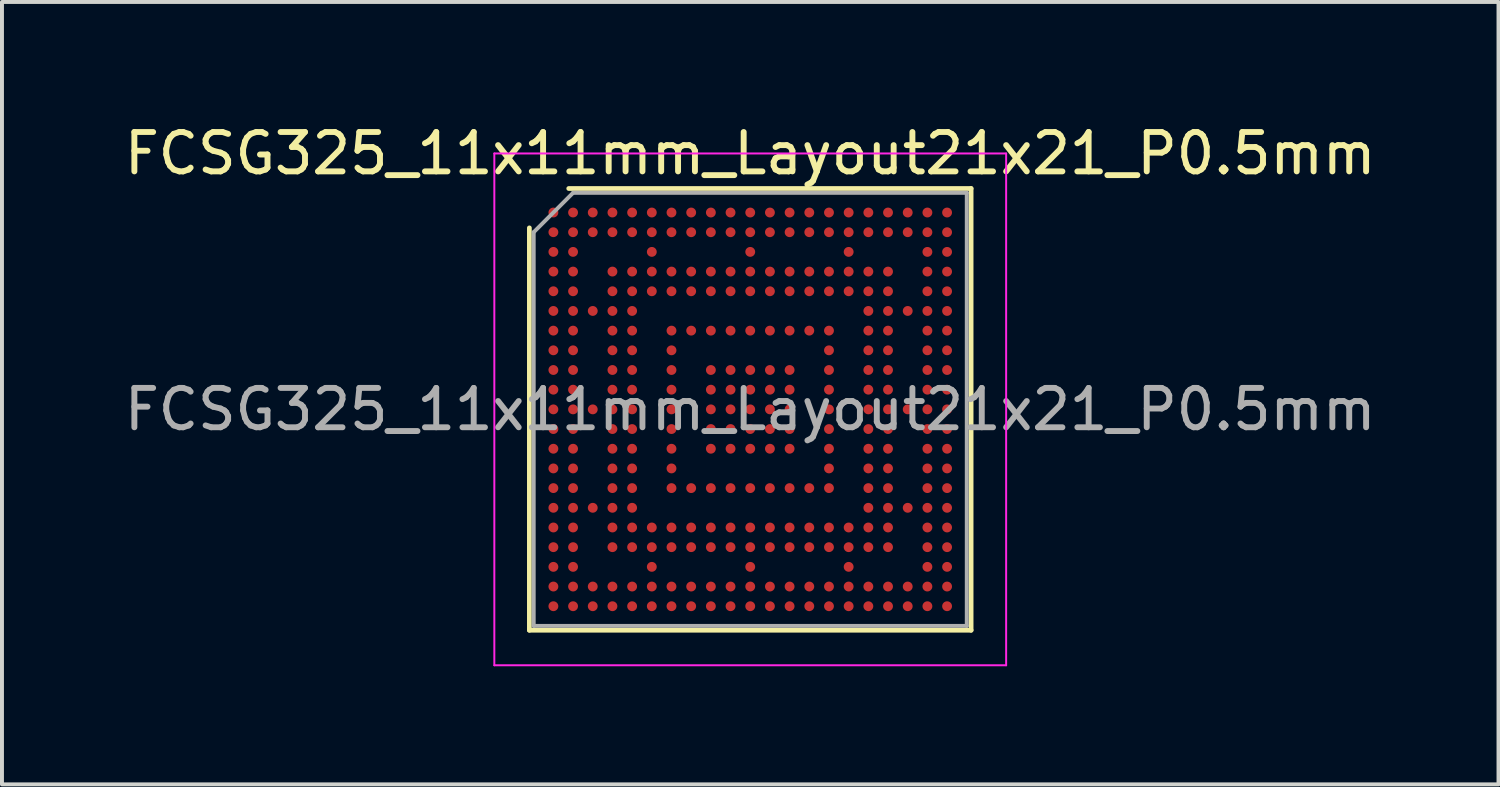
<source format=kicad_pcb>
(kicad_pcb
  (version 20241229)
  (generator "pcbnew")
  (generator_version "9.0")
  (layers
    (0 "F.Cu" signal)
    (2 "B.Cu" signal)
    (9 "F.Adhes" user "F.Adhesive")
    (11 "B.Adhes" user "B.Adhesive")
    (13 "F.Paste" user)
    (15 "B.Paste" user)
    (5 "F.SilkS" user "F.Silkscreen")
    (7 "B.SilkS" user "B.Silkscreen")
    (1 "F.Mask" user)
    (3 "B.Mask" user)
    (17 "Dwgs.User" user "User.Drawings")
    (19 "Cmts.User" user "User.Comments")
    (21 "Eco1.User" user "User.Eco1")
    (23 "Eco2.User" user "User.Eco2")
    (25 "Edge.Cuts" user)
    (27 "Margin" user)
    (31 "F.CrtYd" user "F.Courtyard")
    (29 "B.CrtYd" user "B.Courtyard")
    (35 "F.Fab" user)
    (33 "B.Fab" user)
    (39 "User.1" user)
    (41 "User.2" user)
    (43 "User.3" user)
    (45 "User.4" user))
  (footprint "FCSG325_11x11mm_Layout21x21_P0.5mm"
    (layer "F.Cu")
    (at 16.006 7.348)
    (property "Reference" "FCSG325_11x11mm_Layout21x21_P0.5mm" (at 0 -6.5 0) (layer "F.SilkS") (effects (font (size 1 1) (thickness 0.15))))
    (attr smd)
    (fp_line (start -5.61 5.61) (end -5.61 -4.61) (stroke (width 0.12) (type solid)) (layer "F.SilkS"))
    (fp_line (start -4.61 -5.61) (end 5.61 -5.61) (stroke (width 0.12) (type solid)) (layer "F.SilkS"))
    (fp_line (start 5.61 -5.61) (end 5.61 5.61) (stroke (width 0.12) (type solid)) (layer "F.SilkS"))
    (fp_line (start 5.61 5.61) (end -5.61 5.61) (stroke (width 0.12) (type solid)) (layer "F.SilkS"))
    (fp_line (start -6.5 -6.5) (end -6.5 6.5) (stroke (width 0.05) (type solid)) (layer "F.CrtYd"))
    (fp_line (start -6.5 6.5) (end 6.5 6.5) (stroke (width 0.05) (type solid)) (layer "F.CrtYd"))
    (fp_line (start 6.5 -6.5) (end -6.5 -6.5) (stroke (width 0.05) (type solid)) (layer "F.CrtYd"))
    (fp_line (start 6.5 6.5) (end 6.5 -6.5) (stroke (width 0.05) (type solid)) (layer "F.CrtYd"))
    (fp_line (start -5.5 -4.5) (end -4.5 -5.5) (stroke (width 0.1) (type solid)) (layer "F.Fab"))
    (fp_line (start -5.5 5.5) (end -5.5 -4.5) (stroke (width 0.1) (type solid)) (layer "F.Fab"))
    (fp_line (start -4.5 -5.5) (end 5.5 -5.5) (stroke (width 0.1) (type solid)) (layer "F.Fab"))
    (fp_line (start 5.5 -5.5) (end 5.5 5.5) (stroke (width 0.1) (type solid)) (layer "F.Fab"))
    (fp_line (start 5.5 5.5) (end -5.5 5.5) (stroke (width 0.1) (type solid)) (layer "F.Fab"))
    (fp_text user "${REFERENCE}" (at 0 0 0) (layer "F.Fab") (effects (font (size 1 1) (thickness 0.15))))
    (pad "A1" smd circle (at -5 -5) (size 0.25 0.25) (layers "F.Cu" "F.Mask" "F.Paste"))
    (pad "A2" smd circle (at -4.5 -5) (size 0.25 0.25) (layers "F.Cu" "F.Mask" "F.Paste"))
    (pad "A3" smd circle (at -4 -5) (size 0.25 0.25) (layers "F.Cu" "F.Mask" "F.Paste"))
    (pad "A4" smd circle (at -3.5 -5) (size 0.25 0.25) (layers "F.Cu" "F.Mask" "F.Paste"))
    (pad "A5" smd circle (at -3 -5) (size 0.25 0.25) (layers "F.Cu" "F.Mask" "F.Paste"))
    (pad "A6" smd circle (at -2.5 -5) (size 0.25 0.25) (layers "F.Cu" "F.Mask" "F.Paste"))
    (pad "A7" smd circle (at -2 -5) (size 0.25 0.25) (layers "F.Cu" "F.Mask" "F.Paste"))
    (pad "A8" smd circle (at -1.5 -5) (size 0.25 0.25) (layers "F.Cu" "F.Mask" "F.Paste"))
    (pad "A9" smd circle (at -1 -5) (size 0.25 0.25) (layers "F.Cu" "F.Mask" "F.Paste"))
    (pad "A10" smd circle (at -0.5 -5) (size 0.25 0.25) (layers "F.Cu" "F.Mask" "F.Paste"))
    (pad "A11" smd circle (at 0 -5) (size 0.25 0.25) (layers "F.Cu" "F.Mask" "F.Paste"))
    (pad "A12" smd circle (at 0.5 -5) (size 0.25 0.25) (layers "F.Cu" "F.Mask" "F.Paste"))
    (pad "A13" smd circle (at 1 -5) (size 0.25 0.25) (layers "F.Cu" "F.Mask" "F.Paste"))
    (pad "A14" smd circle (at 1.5 -5) (size 0.25 0.25) (layers "F.Cu" "F.Mask" "F.Paste"))
    (pad "A15" smd circle (at 2 -5) (size 0.25 0.25) (layers "F.Cu" "F.Mask" "F.Paste"))
    (pad "A16" smd circle (at 2.5 -5) (size 0.25 0.25) (layers "F.Cu" "F.Mask" "F.Paste"))
    (pad "A17" smd circle (at 3 -5) (size 0.25 0.25) (layers "F.Cu" "F.Mask" "F.Paste"))
    (pad "A18" smd circle (at 3.5 -5) (size 0.25 0.25) (layers "F.Cu" "F.Mask" "F.Paste"))
    (pad "A19" smd circle (at 4 -5) (size 0.25 0.25) (layers "F.Cu" "F.Mask" "F.Paste"))
    (pad "A20" smd circle (at 4.5 -5) (size 0.25 0.25) (layers "F.Cu" "F.Mask" "F.Paste"))
    (pad "A21" smd circle (at 5 -5) (size 0.25 0.25) (layers "F.Cu" "F.Mask" "F.Paste"))
    (pad "AA1" smd circle (at -5 5) (size 0.25 0.25) (layers "F.Cu" "F.Mask" "F.Paste"))
    (pad "AA2" smd circle (at -4.5 5) (size 0.25 0.25) (layers "F.Cu" "F.Mask" "F.Paste"))
    (pad "AA3" smd circle (at -4 5) (size 0.25 0.25) (layers "F.Cu" "F.Mask" "F.Paste"))
    (pad "AA4" smd circle (at -3.5 5) (size 0.25 0.25) (layers "F.Cu" "F.Mask" "F.Paste"))
    (pad "AA5" smd circle (at -3 5) (size 0.25 0.25) (layers "F.Cu" "F.Mask" "F.Paste"))
    (pad "AA6" smd circle (at -2.5 5) (size 0.25 0.25) (layers "F.Cu" "F.Mask" "F.Paste"))
    (pad "AA7" smd circle (at -2 5) (size 0.25 0.25) (layers "F.Cu" "F.Mask" "F.Paste"))
    (pad "AA8" smd circle (at -1.5 5) (size 0.25 0.25) (layers "F.Cu" "F.Mask" "F.Paste"))
    (pad "AA9" smd circle (at -1 5) (size 0.25 0.25) (layers "F.Cu" "F.Mask" "F.Paste"))
    (pad "AA10" smd circle (at -0.5 5) (size 0.25 0.25) (layers "F.Cu" "F.Mask" "F.Paste"))
    (pad "AA11" smd circle (at 0 5) (size 0.25 0.25) (layers "F.Cu" "F.Mask" "F.Paste"))
    (pad "AA12" smd circle (at 0.5 5) (size 0.25 0.25) (layers "F.Cu" "F.Mask" "F.Paste"))
    (pad "AA13" smd circle (at 1 5) (size 0.25 0.25) (layers "F.Cu" "F.Mask" "F.Paste"))
    (pad "AA14" smd circle (at 1.5 5) (size 0.25 0.25) (layers "F.Cu" "F.Mask" "F.Paste"))
    (pad "AA15" smd circle (at 2 5) (size 0.25 0.25) (layers "F.Cu" "F.Mask" "F.Paste"))
    (pad "AA16" smd circle (at 2.5 5) (size 0.25 0.25) (layers "F.Cu" "F.Mask" "F.Paste"))
    (pad "AA17" smd circle (at 3 5) (size 0.25 0.25) (layers "F.Cu" "F.Mask" "F.Paste"))
    (pad "AA18" smd circle (at 3.5 5) (size 0.25 0.25) (layers "F.Cu" "F.Mask" "F.Paste"))
    (pad "AA19" smd circle (at 4 5) (size 0.25 0.25) (layers "F.Cu" "F.Mask" "F.Paste"))
    (pad "AA20" smd circle (at 4.5 5) (size 0.25 0.25) (layers "F.Cu" "F.Mask" "F.Paste"))
    (pad "AA21" smd circle (at 5 5) (size 0.25 0.25) (layers "F.Cu" "F.Mask" "F.Paste"))
    (pad "B1" smd circle (at -5 -4.5) (size 0.25 0.25) (layers "F.Cu" "F.Mask" "F.Paste"))
    (pad "B2" smd circle (at -4.5 -4.5) (size 0.25 0.25) (layers "F.Cu" "F.Mask" "F.Paste"))
    (pad "B3" smd circle (at -4 -4.5) (size 0.25 0.25) (layers "F.Cu" "F.Mask" "F.Paste"))
    (pad "B4" smd circle (at -3.5 -4.5) (size 0.25 0.25) (layers "F.Cu" "F.Mask" "F.Paste"))
    (pad "B5" smd circle (at -3 -4.5) (size 0.25 0.25) (layers "F.Cu" "F.Mask" "F.Paste"))
    (pad "B6" smd circle (at -2.5 -4.5) (size 0.25 0.25) (layers "F.Cu" "F.Mask" "F.Paste"))
    (pad "B7" smd circle (at -2 -4.5) (size 0.25 0.25) (layers "F.Cu" "F.Mask" "F.Paste"))
    (pad "B8" smd circle (at -1.5 -4.5) (size 0.25 0.25) (layers "F.Cu" "F.Mask" "F.Paste"))
    (pad "B9" smd circle (at -1 -4.5) (size 0.25 0.25) (layers "F.Cu" "F.Mask" "F.Paste"))
    (pad "B10" smd circle (at -0.5 -4.5) (size 0.25 0.25) (layers "F.Cu" "F.Mask" "F.Paste"))
    (pad "B11" smd circle (at 0 -4.5) (size 0.25 0.25) (layers "F.Cu" "F.Mask" "F.Paste"))
    (pad "B12" smd circle (at 0.5 -4.5) (size 0.25 0.25) (layers "F.Cu" "F.Mask" "F.Paste"))
    (pad "B13" smd circle (at 1 -4.5) (size 0.25 0.25) (layers "F.Cu" "F.Mask" "F.Paste"))
    (pad "B14" smd circle (at 1.5 -4.5) (size 0.25 0.25) (layers "F.Cu" "F.Mask" "F.Paste"))
    (pad "B15" smd circle (at 2 -4.5) (size 0.25 0.25) (layers "F.Cu" "F.Mask" "F.Paste"))
    (pad "B16" smd circle (at 2.5 -4.5) (size 0.25 0.25) (layers "F.Cu" "F.Mask" "F.Paste"))
    (pad "B17" smd circle (at 3 -4.5) (size 0.25 0.25) (layers "F.Cu" "F.Mask" "F.Paste"))
    (pad "B18" smd circle (at 3.5 -4.5) (size 0.25 0.25) (layers "F.Cu" "F.Mask" "F.Paste"))
    (pad "B19" smd circle (at 4 -4.5) (size 0.25 0.25) (layers "F.Cu" "F.Mask" "F.Paste"))
    (pad "B20" smd circle (at 4.5 -4.5) (size 0.25 0.25) (layers "F.Cu" "F.Mask" "F.Paste"))
    (pad "B21" smd circle (at 5 -4.5) (size 0.25 0.25) (layers "F.Cu" "F.Mask" "F.Paste"))
    (pad "C1" smd circle (at -5 -4) (size 0.25 0.25) (layers "F.Cu" "F.Mask" "F.Paste"))
    (pad "C2" smd circle (at -4.5 -4) (size 0.25 0.25) (layers "F.Cu" "F.Mask" "F.Paste"))
    (pad "C6" smd circle (at -2.5 -4) (size 0.25 0.25) (layers "F.Cu" "F.Mask" "F.Paste"))
    (pad "C11" smd circle (at 0 -4) (size 0.25 0.25) (layers "F.Cu" "F.Mask" "F.Paste"))
    (pad "C16" smd circle (at 2.5 -4) (size 0.25 0.25) (layers "F.Cu" "F.Mask" "F.Paste"))
    (pad "C20" smd circle (at 4.5 -4) (size 0.25 0.25) (layers "F.Cu" "F.Mask" "F.Paste"))
    (pad "C21" smd circle (at 5 -4) (size 0.25 0.25) (layers "F.Cu" "F.Mask" "F.Paste"))
    (pad "D1" smd circle (at -5 -3.5) (size 0.25 0.25) (layers "F.Cu" "F.Mask" "F.Paste"))
    (pad "D2" smd circle (at -4.5 -3.5) (size 0.25 0.25) (layers "F.Cu" "F.Mask" "F.Paste"))
    (pad "D4" smd circle (at -3.5 -3.5) (size 0.25 0.25) (layers "F.Cu" "F.Mask" "F.Paste"))
    (pad "D5" smd circle (at -3 -3.5) (size 0.25 0.25) (layers "F.Cu" "F.Mask" "F.Paste"))
    (pad "D6" smd circle (at -2.5 -3.5) (size 0.25 0.25) (layers "F.Cu" "F.Mask" "F.Paste"))
    (pad "D7" smd circle (at -2 -3.5) (size 0.25 0.25) (layers "F.Cu" "F.Mask" "F.Paste"))
    (pad "D8" smd circle (at -1.5 -3.5) (size 0.25 0.25) (layers "F.Cu" "F.Mask" "F.Paste"))
    (pad "D9" smd circle (at -1 -3.5) (size 0.25 0.25) (layers "F.Cu" "F.Mask" "F.Paste"))
    (pad "D10" smd circle (at -0.5 -3.5) (size 0.25 0.25) (layers "F.Cu" "F.Mask" "F.Paste"))
    (pad "D11" smd circle (at 0 -3.5) (size 0.25 0.25) (layers "F.Cu" "F.Mask" "F.Paste"))
    (pad "D12" smd circle (at 0.5 -3.5) (size 0.25 0.25) (layers "F.Cu" "F.Mask" "F.Paste"))
    (pad "D13" smd circle (at 1 -3.5) (size 0.25 0.25) (layers "F.Cu" "F.Mask" "F.Paste"))
    (pad "D14" smd circle (at 1.5 -3.5) (size 0.25 0.25) (layers "F.Cu" "F.Mask" "F.Paste"))
    (pad "D15" smd circle (at 2 -3.5) (size 0.25 0.25) (layers "F.Cu" "F.Mask" "F.Paste"))
    (pad "D16" smd circle (at 2.5 -3.5) (size 0.25 0.25) (layers "F.Cu" "F.Mask" "F.Paste"))
    (pad "D17" smd circle (at 3 -3.5) (size 0.25 0.25) (layers "F.Cu" "F.Mask" "F.Paste"))
    (pad "D18" smd circle (at 3.5 -3.5) (size 0.25 0.25) (layers "F.Cu" "F.Mask" "F.Paste"))
    (pad "D20" smd circle (at 4.5 -3.5) (size 0.25 0.25) (layers "F.Cu" "F.Mask" "F.Paste"))
    (pad "D21" smd circle (at 5 -3.5) (size 0.25 0.25) (layers "F.Cu" "F.Mask" "F.Paste"))
    (pad "E1" smd circle (at -5 -3) (size 0.25 0.25) (layers "F.Cu" "F.Mask" "F.Paste"))
    (pad "E2" smd circle (at -4.5 -3) (size 0.25 0.25) (layers "F.Cu" "F.Mask" "F.Paste"))
    (pad "E4" smd circle (at -3.5 -3) (size 0.25 0.25) (layers "F.Cu" "F.Mask" "F.Paste"))
    (pad "E5" smd circle (at -3 -3) (size 0.25 0.25) (layers "F.Cu" "F.Mask" "F.Paste"))
    (pad "E6" smd circle (at -2.5 -3) (size 0.25 0.25) (layers "F.Cu" "F.Mask" "F.Paste"))
    (pad "E7" smd circle (at -2 -3) (size 0.25 0.25) (layers "F.Cu" "F.Mask" "F.Paste"))
    (pad "E8" smd circle (at -1.5 -3) (size 0.25 0.25) (layers "F.Cu" "F.Mask" "F.Paste"))
    (pad "E9" smd circle (at -1 -3) (size 0.25 0.25) (layers "F.Cu" "F.Mask" "F.Paste"))
    (pad "E10" smd circle (at -0.5 -3) (size 0.25 0.25) (layers "F.Cu" "F.Mask" "F.Paste"))
    (pad "E11" smd circle (at 0 -3) (size 0.25 0.25) (layers "F.Cu" "F.Mask" "F.Paste"))
    (pad "E12" smd circle (at 0.5 -3) (size 0.25 0.25) (layers "F.Cu" "F.Mask" "F.Paste"))
    (pad "E13" smd circle (at 1 -3) (size 0.25 0.25) (layers "F.Cu" "F.Mask" "F.Paste"))
    (pad "E14" smd circle (at 1.5 -3) (size 0.25 0.25) (layers "F.Cu" "F.Mask" "F.Paste"))
    (pad "E15" smd circle (at 2 -3) (size 0.25 0.25) (layers "F.Cu" "F.Mask" "F.Paste"))
    (pad "E16" smd circle (at 2.5 -3) (size 0.25 0.25) (layers "F.Cu" "F.Mask" "F.Paste"))
    (pad "E17" smd circle (at 3 -3) (size 0.25 0.25) (layers "F.Cu" "F.Mask" "F.Paste"))
    (pad "E18" smd circle (at 3.5 -3) (size 0.25 0.25) (layers "F.Cu" "F.Mask" "F.Paste"))
    (pad "E20" smd circle (at 4.5 -3) (size 0.25 0.25) (layers "F.Cu" "F.Mask" "F.Paste"))
    (pad "E21" smd circle (at 5 -3) (size 0.25 0.25) (layers "F.Cu" "F.Mask" "F.Paste"))
    (pad "F1" smd circle (at -5 -2.5) (size 0.25 0.25) (layers "F.Cu" "F.Mask" "F.Paste"))
    (pad "F2" smd circle (at -4.5 -2.5) (size 0.25 0.25) (layers "F.Cu" "F.Mask" "F.Paste"))
    (pad "F3" smd circle (at -4 -2.5) (size 0.25 0.25) (layers "F.Cu" "F.Mask" "F.Paste"))
    (pad "F4" smd circle (at -3.5 -2.5) (size 0.25 0.25) (layers "F.Cu" "F.Mask" "F.Paste"))
    (pad "F5" smd circle (at -3 -2.5) (size 0.25 0.25) (layers "F.Cu" "F.Mask" "F.Paste"))
    (pad "F17" smd circle (at 3 -2.5) (size 0.25 0.25) (layers "F.Cu" "F.Mask" "F.Paste"))
    (pad "F18" smd circle (at 3.5 -2.5) (size 0.25 0.25) (layers "F.Cu" "F.Mask" "F.Paste"))
    (pad "F19" smd circle (at 4 -2.5) (size 0.25 0.25) (layers "F.Cu" "F.Mask" "F.Paste"))
    (pad "F20" smd circle (at 4.5 -2.5) (size 0.25 0.25) (layers "F.Cu" "F.Mask" "F.Paste"))
    (pad "F21" smd circle (at 5 -2.5) (size 0.25 0.25) (layers "F.Cu" "F.Mask" "F.Paste"))
    (pad "G1" smd circle (at -5 -2) (size 0.25 0.25) (layers "F.Cu" "F.Mask" "F.Paste"))
    (pad "G2" smd circle (at -4.5 -2) (size 0.25 0.25) (layers "F.Cu" "F.Mask" "F.Paste"))
    (pad "G4" smd circle (at -3.5 -2) (size 0.25 0.25) (layers "F.Cu" "F.Mask" "F.Paste"))
    (pad "G5" smd circle (at -3 -2) (size 0.25 0.25) (layers "F.Cu" "F.Mask" "F.Paste"))
    (pad "G7" smd circle (at -2 -2) (size 0.25 0.25) (layers "F.Cu" "F.Mask" "F.Paste"))
    (pad "G8" smd circle (at -1.5 -2) (size 0.25 0.25) (layers "F.Cu" "F.Mask" "F.Paste"))
    (pad "G9" smd circle (at -1 -2) (size 0.25 0.25) (layers "F.Cu" "F.Mask" "F.Paste"))
    (pad "G10" smd circle (at -0.5 -2) (size 0.25 0.25) (layers "F.Cu" "F.Mask" "F.Paste"))
    (pad "G11" smd circle (at 0 -2) (size 0.25 0.25) (layers "F.Cu" "F.Mask" "F.Paste"))
    (pad "G12" smd circle (at 0.5 -2) (size 0.25 0.25) (layers "F.Cu" "F.Mask" "F.Paste"))
    (pad "G13" smd circle (at 1 -2) (size 0.25 0.25) (layers "F.Cu" "F.Mask" "F.Paste"))
    (pad "G14" smd circle (at 1.5 -2) (size 0.25 0.25) (layers "F.Cu" "F.Mask" "F.Paste"))
    (pad "G15" smd circle (at 2 -2) (size 0.25 0.25) (layers "F.Cu" "F.Mask" "F.Paste"))
    (pad "G17" smd circle (at 3 -2) (size 0.25 0.25) (layers "F.Cu" "F.Mask" "F.Paste"))
    (pad "G18" smd circle (at 3.5 -2) (size 0.25 0.25) (layers "F.Cu" "F.Mask" "F.Paste"))
    (pad "G20" smd circle (at 4.5 -2) (size 0.25 0.25) (layers "F.Cu" "F.Mask" "F.Paste"))
    (pad "G21" smd circle (at 5 -2) (size 0.25 0.25) (layers "F.Cu" "F.Mask" "F.Paste"))
    (pad "H1" smd circle (at -5 -1.5) (size 0.25 0.25) (layers "F.Cu" "F.Mask" "F.Paste"))
    (pad "H2" smd circle (at -4.5 -1.5) (size 0.25 0.25) (layers "F.Cu" "F.Mask" "F.Paste"))
    (pad "H4" smd circle (at -3.5 -1.5) (size 0.25 0.25) (layers "F.Cu" "F.Mask" "F.Paste"))
    (pad "H5" smd circle (at -3 -1.5) (size 0.25 0.25) (layers "F.Cu" "F.Mask" "F.Paste"))
    (pad "H7" smd circle (at -2 -1.5) (size 0.25 0.25) (layers "F.Cu" "F.Mask" "F.Paste"))
    (pad "H15" smd circle (at 2 -1.5) (size 0.25 0.25) (layers "F.Cu" "F.Mask" "F.Paste"))
    (pad "H17" smd circle (at 3 -1.5) (size 0.25 0.25) (layers "F.Cu" "F.Mask" "F.Paste"))
    (pad "H18" smd circle (at 3.5 -1.5) (size 0.25 0.25) (layers "F.Cu" "F.Mask" "F.Paste"))
    (pad "H20" smd circle (at 4.5 -1.5) (size 0.25 0.25) (layers "F.Cu" "F.Mask" "F.Paste"))
    (pad "H21" smd circle (at 5 -1.5) (size 0.25 0.25) (layers "F.Cu" "F.Mask" "F.Paste"))
    (pad "J1" smd circle (at -5 -1) (size 0.25 0.25) (layers "F.Cu" "F.Mask" "F.Paste"))
    (pad "J2" smd circle (at -4.5 -1) (size 0.25 0.25) (layers "F.Cu" "F.Mask" "F.Paste"))
    (pad "J4" smd circle (at -3.5 -1) (size 0.25 0.25) (layers "F.Cu" "F.Mask" "F.Paste"))
    (pad "J5" smd circle (at -3 -1) (size 0.25 0.25) (layers "F.Cu" "F.Mask" "F.Paste"))
    (pad "J7" smd circle (at -2 -1) (size 0.25 0.25) (layers "F.Cu" "F.Mask" "F.Paste"))
    (pad "J9" smd circle (at -1 -1) (size 0.25 0.25) (layers "F.Cu" "F.Mask" "F.Paste"))
    (pad "J10" smd circle (at -0.5 -1) (size 0.25 0.25) (layers "F.Cu" "F.Mask" "F.Paste"))
    (pad "J11" smd circle (at 0 -1) (size 0.25 0.25) (layers "F.Cu" "F.Mask" "F.Paste"))
    (pad "J12" smd circle (at 0.5 -1) (size 0.25 0.25) (layers "F.Cu" "F.Mask" "F.Paste"))
    (pad "J13" smd circle (at 1 -1) (size 0.25 0.25) (layers "F.Cu" "F.Mask" "F.Paste"))
    (pad "J15" smd circle (at 2 -1) (size 0.25 0.25) (layers "F.Cu" "F.Mask" "F.Paste"))
    (pad "J17" smd circle (at 3 -1) (size 0.25 0.25) (layers "F.Cu" "F.Mask" "F.Paste"))
    (pad "J18" smd circle (at 3.5 -1) (size 0.25 0.25) (layers "F.Cu" "F.Mask" "F.Paste"))
    (pad "J20" smd circle (at 4.5 -1) (size 0.25 0.25) (layers "F.Cu" "F.Mask" "F.Paste"))
    (pad "J21" smd circle (at 5 -1) (size 0.25 0.25) (layers "F.Cu" "F.Mask" "F.Paste"))
    (pad "K1" smd circle (at -5 -0.5) (size 0.25 0.25) (layers "F.Cu" "F.Mask" "F.Paste"))
    (pad "K2" smd circle (at -4.5 -0.5) (size 0.25 0.25) (layers "F.Cu" "F.Mask" "F.Paste"))
    (pad "K4" smd circle (at -3.5 -0.5) (size 0.25 0.25) (layers "F.Cu" "F.Mask" "F.Paste"))
    (pad "K5" smd circle (at -3 -0.5) (size 0.25 0.25) (layers "F.Cu" "F.Mask" "F.Paste"))
    (pad "K7" smd circle (at -2 -0.5) (size 0.25 0.25) (layers "F.Cu" "F.Mask" "F.Paste"))
    (pad "K9" smd circle (at -1 -0.5) (size 0.25 0.25) (layers "F.Cu" "F.Mask" "F.Paste"))
    (pad "K10" smd circle (at -0.5 -0.5) (size 0.25 0.25) (layers "F.Cu" "F.Mask" "F.Paste"))
    (pad "K11" smd circle (at 0 -0.5) (size 0.25 0.25) (layers "F.Cu" "F.Mask" "F.Paste"))
    (pad "K12" smd circle (at 0.5 -0.5) (size 0.25 0.25) (layers "F.Cu" "F.Mask" "F.Paste"))
    (pad "K13" smd circle (at 1 -0.5) (size 0.25 0.25) (layers "F.Cu" "F.Mask" "F.Paste"))
    (pad "K15" smd circle (at 2 -0.5) (size 0.25 0.25) (layers "F.Cu" "F.Mask" "F.Paste"))
    (pad "K17" smd circle (at 3 -0.5) (size 0.25 0.25) (layers "F.Cu" "F.Mask" "F.Paste"))
    (pad "K18" smd circle (at 3.5 -0.5) (size 0.25 0.25) (layers "F.Cu" "F.Mask" "F.Paste"))
    (pad "K20" smd circle (at 4.5 -0.5) (size 0.25 0.25) (layers "F.Cu" "F.Mask" "F.Paste"))
    (pad "K21" smd circle (at 5 -0.5) (size 0.25 0.25) (layers "F.Cu" "F.Mask" "F.Paste"))
    (pad "L1" smd circle (at -5 0) (size 0.25 0.25) (layers "F.Cu" "F.Mask" "F.Paste"))
    (pad "L2" smd circle (at -4.5 0) (size 0.25 0.25) (layers "F.Cu" "F.Mask" "F.Paste"))
    (pad "L3" smd circle (at -4 0) (size 0.25 0.25) (layers "F.Cu" "F.Mask" "F.Paste"))
    (pad "L4" smd circle (at -3.5 0) (size 0.25 0.25) (layers "F.Cu" "F.Mask" "F.Paste"))
    (pad "L5" smd circle (at -3 0) (size 0.25 0.25) (layers "F.Cu" "F.Mask" "F.Paste"))
    (pad "L7" smd circle (at -2 0) (size 0.25 0.25) (layers "F.Cu" "F.Mask" "F.Paste"))
    (pad "L9" smd circle (at -1 0) (size 0.25 0.25) (layers "F.Cu" "F.Mask" "F.Paste"))
    (pad "L10" smd circle (at -0.5 0) (size 0.25 0.25) (layers "F.Cu" "F.Mask" "F.Paste"))
    (pad "L11" smd circle (at 0 0) (size 0.25 0.25) (layers "F.Cu" "F.Mask" "F.Paste"))
    (pad "L12" smd circle (at 0.5 0) (size 0.25 0.25) (layers "F.Cu" "F.Mask" "F.Paste"))
    (pad "L13" smd circle (at 1 0) (size 0.25 0.25) (layers "F.Cu" "F.Mask" "F.Paste"))
    (pad "L15" smd circle (at 2 0) (size 0.25 0.25) (layers "F.Cu" "F.Mask" "F.Paste"))
    (pad "L17" smd circle (at 3 0) (size 0.25 0.25) (layers "F.Cu" "F.Mask" "F.Paste"))
    (pad "L18" smd circle (at 3.5 0) (size 0.25 0.25) (layers "F.Cu" "F.Mask" "F.Paste"))
    (pad "L19" smd circle (at 4 0) (size 0.25 0.25) (layers "F.Cu" "F.Mask" "F.Paste"))
    (pad "L20" smd circle (at 4.5 0) (size 0.25 0.25) (layers "F.Cu" "F.Mask" "F.Paste"))
    (pad "L21" smd circle (at 5 0) (size 0.25 0.25) (layers "F.Cu" "F.Mask" "F.Paste"))
    (pad "M1" smd circle (at -5 0.5) (size 0.25 0.25) (layers "F.Cu" "F.Mask" "F.Paste"))
    (pad "M2" smd circle (at -4.5 0.5) (size 0.25 0.25) (layers "F.Cu" "F.Mask" "F.Paste"))
    (pad "M4" smd circle (at -3.5 0.5) (size 0.25 0.25) (layers "F.Cu" "F.Mask" "F.Paste"))
    (pad "M5" smd circle (at -3 0.5) (size 0.25 0.25) (layers "F.Cu" "F.Mask" "F.Paste"))
    (pad "M7" smd circle (at -2 0.5) (size 0.25 0.25) (layers "F.Cu" "F.Mask" "F.Paste"))
    (pad "M9" smd circle (at -1 0.5) (size 0.25 0.25) (layers "F.Cu" "F.Mask" "F.Paste"))
    (pad "M10" smd circle (at -0.5 0.5) (size 0.25 0.25) (layers "F.Cu" "F.Mask" "F.Paste"))
    (pad "M11" smd circle (at 0 0.5) (size 0.25 0.25) (layers "F.Cu" "F.Mask" "F.Paste"))
    (pad "M12" smd circle (at 0.5 0.5) (size 0.25 0.25) (layers "F.Cu" "F.Mask" "F.Paste"))
    (pad "M13" smd circle (at 1 0.5) (size 0.25 0.25) (layers "F.Cu" "F.Mask" "F.Paste"))
    (pad "M15" smd circle (at 2 0.5) (size 0.25 0.25) (layers "F.Cu" "F.Mask" "F.Paste"))
    (pad "M17" smd circle (at 3 0.5) (size 0.25 0.25) (layers "F.Cu" "F.Mask" "F.Paste"))
    (pad "M18" smd circle (at 3.5 0.5) (size 0.25 0.25) (layers "F.Cu" "F.Mask" "F.Paste"))
    (pad "M20" smd circle (at 4.5 0.5) (size 0.25 0.25) (layers "F.Cu" "F.Mask" "F.Paste"))
    (pad "M21" smd circle (at 5 0.5) (size 0.25 0.25) (layers "F.Cu" "F.Mask" "F.Paste"))
    (pad "N1" smd circle (at -5 1) (size 0.25 0.25) (layers "F.Cu" "F.Mask" "F.Paste"))
    (pad "N2" smd circle (at -4.5 1) (size 0.25 0.25) (layers "F.Cu" "F.Mask" "F.Paste"))
    (pad "N4" smd circle (at -3.5 1) (size 0.25 0.25) (layers "F.Cu" "F.Mask" "F.Paste"))
    (pad "N5" smd circle (at -3 1) (size 0.25 0.25) (layers "F.Cu" "F.Mask" "F.Paste"))
    (pad "N7" smd circle (at -2 1) (size 0.25 0.25) (layers "F.Cu" "F.Mask" "F.Paste"))
    (pad "N9" smd circle (at -1 1) (size 0.25 0.25) (layers "F.Cu" "F.Mask" "F.Paste"))
    (pad "N10" smd circle (at -0.5 1) (size 0.25 0.25) (layers "F.Cu" "F.Mask" "F.Paste"))
    (pad "N11" smd circle (at 0 1) (size 0.25 0.25) (layers "F.Cu" "F.Mask" "F.Paste"))
    (pad "N12" smd circle (at 0.5 1) (size 0.25 0.25) (layers "F.Cu" "F.Mask" "F.Paste"))
    (pad "N13" smd circle (at 1 1) (size 0.25 0.25) (layers "F.Cu" "F.Mask" "F.Paste"))
    (pad "N15" smd circle (at 2 1) (size 0.25 0.25) (layers "F.Cu" "F.Mask" "F.Paste"))
    (pad "N17" smd circle (at 3 1) (size 0.25 0.25) (layers "F.Cu" "F.Mask" "F.Paste"))
    (pad "N18" smd circle (at 3.5 1) (size 0.25 0.25) (layers "F.Cu" "F.Mask" "F.Paste"))
    (pad "N20" smd circle (at 4.5 1) (size 0.25 0.25) (layers "F.Cu" "F.Mask" "F.Paste"))
    (pad "N21" smd circle (at 5 1) (size 0.25 0.25) (layers "F.Cu" "F.Mask" "F.Paste"))
    (pad "P1" smd circle (at -5 1.5) (size 0.25 0.25) (layers "F.Cu" "F.Mask" "F.Paste"))
    (pad "P2" smd circle (at -4.5 1.5) (size 0.25 0.25) (layers "F.Cu" "F.Mask" "F.Paste"))
    (pad "P4" smd circle (at -3.5 1.5) (size 0.25 0.25) (layers "F.Cu" "F.Mask" "F.Paste"))
    (pad "P5" smd circle (at -3 1.5) (size 0.25 0.25) (layers "F.Cu" "F.Mask" "F.Paste"))
    (pad "P7" smd circle (at -2 1.5) (size 0.25 0.25) (layers "F.Cu" "F.Mask" "F.Paste"))
    (pad "P15" smd circle (at 2 1.5) (size 0.25 0.25) (layers "F.Cu" "F.Mask" "F.Paste"))
    (pad "P17" smd circle (at 3 1.5) (size 0.25 0.25) (layers "F.Cu" "F.Mask" "F.Paste"))
    (pad "P18" smd circle (at 3.5 1.5) (size 0.25 0.25) (layers "F.Cu" "F.Mask" "F.Paste"))
    (pad "P20" smd circle (at 4.5 1.5) (size 0.25 0.25) (layers "F.Cu" "F.Mask" "F.Paste"))
    (pad "P21" smd circle (at 5 1.5) (size 0.25 0.25) (layers "F.Cu" "F.Mask" "F.Paste"))
    (pad "R1" smd circle (at -5 2) (size 0.25 0.25) (layers "F.Cu" "F.Mask" "F.Paste"))
    (pad "R2" smd circle (at -4.5 2) (size 0.25 0.25) (layers "F.Cu" "F.Mask" "F.Paste"))
    (pad "R4" smd circle (at -3.5 2) (size 0.25 0.25) (layers "F.Cu" "F.Mask" "F.Paste"))
    (pad "R5" smd circle (at -3 2) (size 0.25 0.25) (layers "F.Cu" "F.Mask" "F.Paste"))
    (pad "R7" smd circle (at -2 2) (size 0.25 0.25) (layers "F.Cu" "F.Mask" "F.Paste"))
    (pad "R8" smd circle (at -1.5 2) (size 0.25 0.25) (layers "F.Cu" "F.Mask" "F.Paste"))
    (pad "R9" smd circle (at -1 2) (size 0.25 0.25) (layers "F.Cu" "F.Mask" "F.Paste"))
    (pad "R10" smd circle (at -0.5 2) (size 0.25 0.25) (layers "F.Cu" "F.Mask" "F.Paste"))
    (pad "R11" smd circle (at 0 2) (size 0.25 0.25) (layers "F.Cu" "F.Mask" "F.Paste"))
    (pad "R12" smd circle (at 0.5 2) (size 0.25 0.25) (layers "F.Cu" "F.Mask" "F.Paste"))
    (pad "R13" smd circle (at 1 2) (size 0.25 0.25) (layers "F.Cu" "F.Mask" "F.Paste"))
    (pad "R14" smd circle (at 1.5 2) (size 0.25 0.25) (layers "F.Cu" "F.Mask" "F.Paste"))
    (pad "R15" smd circle (at 2 2) (size 0.25 0.25) (layers "F.Cu" "F.Mask" "F.Paste"))
    (pad "R17" smd circle (at 3 2) (size 0.25 0.25) (layers "F.Cu" "F.Mask" "F.Paste"))
    (pad "R18" smd circle (at 3.5 2) (size 0.25 0.25) (layers "F.Cu" "F.Mask" "F.Paste"))
    (pad "R20" smd circle (at 4.5 2) (size 0.25 0.25) (layers "F.Cu" "F.Mask" "F.Paste"))
    (pad "R21" smd circle (at 5 2) (size 0.25 0.25) (layers "F.Cu" "F.Mask" "F.Paste"))
    (pad "T1" smd circle (at -5 2.5) (size 0.25 0.25) (layers "F.Cu" "F.Mask" "F.Paste"))
    (pad "T2" smd circle (at -4.5 2.5) (size 0.25 0.25) (layers "F.Cu" "F.Mask" "F.Paste"))
    (pad "T3" smd circle (at -4 2.5) (size 0.25 0.25) (layers "F.Cu" "F.Mask" "F.Paste"))
    (pad "T4" smd circle (at -3.5 2.5) (size 0.25 0.25) (layers "F.Cu" "F.Mask" "F.Paste"))
    (pad "T5" smd circle (at -3 2.5) (size 0.25 0.25) (layers "F.Cu" "F.Mask" "F.Paste"))
    (pad "T17" smd circle (at 3 2.5) (size 0.25 0.25) (layers "F.Cu" "F.Mask" "F.Paste"))
    (pad "T18" smd circle (at 3.5 2.5) (size 0.25 0.25) (layers "F.Cu" "F.Mask" "F.Paste"))
    (pad "T19" smd circle (at 4 2.5) (size 0.25 0.25) (layers "F.Cu" "F.Mask" "F.Paste"))
    (pad "T20" smd circle (at 4.5 2.5) (size 0.25 0.25) (layers "F.Cu" "F.Mask" "F.Paste"))
    (pad "T21" smd circle (at 5 2.5) (size 0.25 0.25) (layers "F.Cu" "F.Mask" "F.Paste"))
    (pad "U1" smd circle (at -5 3) (size 0.25 0.25) (layers "F.Cu" "F.Mask" "F.Paste"))
    (pad "U2" smd circle (at -4.5 3) (size 0.25 0.25) (layers "F.Cu" "F.Mask" "F.Paste"))
    (pad "U4" smd circle (at -3.5 3) (size 0.25 0.25) (layers "F.Cu" "F.Mask" "F.Paste"))
    (pad "U5" smd circle (at -3 3) (size 0.25 0.25) (layers "F.Cu" "F.Mask" "F.Paste"))
    (pad "U6" smd circle (at -2.5 3) (size 0.25 0.25) (layers "F.Cu" "F.Mask" "F.Paste"))
    (pad "U7" smd circle (at -2 3) (size 0.25 0.25) (layers "F.Cu" "F.Mask" "F.Paste"))
    (pad "U8" smd circle (at -1.5 3) (size 0.25 0.25) (layers "F.Cu" "F.Mask" "F.Paste"))
    (pad "U9" smd circle (at -1 3) (size 0.25 0.25) (layers "F.Cu" "F.Mask" "F.Paste"))
    (pad "U10" smd circle (at -0.5 3) (size 0.25 0.25) (layers "F.Cu" "F.Mask" "F.Paste"))
    (pad "U11" smd circle (at 0 3) (size 0.25 0.25) (layers "F.Cu" "F.Mask" "F.Paste"))
    (pad "U12" smd circle (at 0.5 3) (size 0.25 0.25) (layers "F.Cu" "F.Mask" "F.Paste"))
    (pad "U13" smd circle (at 1 3) (size 0.25 0.25) (layers "F.Cu" "F.Mask" "F.Paste"))
    (pad "U14" smd circle (at 1.5 3) (size 0.25 0.25) (layers "F.Cu" "F.Mask" "F.Paste"))
    (pad "U15" smd circle (at 2 3) (size 0.25 0.25) (layers "F.Cu" "F.Mask" "F.Paste"))
    (pad "U16" smd circle (at 2.5 3) (size 0.25 0.25) (layers "F.Cu" "F.Mask" "F.Paste"))
    (pad "U17" smd circle (at 3 3) (size 0.25 0.25) (layers "F.Cu" "F.Mask" "F.Paste"))
    (pad "U18" smd circle (at 3.5 3) (size 0.25 0.25) (layers "F.Cu" "F.Mask" "F.Paste"))
    (pad "U20" smd circle (at 4.5 3) (size 0.25 0.25) (layers "F.Cu" "F.Mask" "F.Paste"))
    (pad "U21" smd circle (at 5 3) (size 0.25 0.25) (layers "F.Cu" "F.Mask" "F.Paste"))
    (pad "V1" smd circle (at -5 3.5) (size 0.25 0.25) (layers "F.Cu" "F.Mask" "F.Paste"))
    (pad "V2" smd circle (at -4.5 3.5) (size 0.25 0.25) (layers "F.Cu" "F.Mask" "F.Paste"))
    (pad "V4" smd circle (at -3.5 3.5) (size 0.25 0.25) (layers "F.Cu" "F.Mask" "F.Paste"))
    (pad "V5" smd circle (at -3 3.5) (size 0.25 0.25) (layers "F.Cu" "F.Mask" "F.Paste"))
    (pad "V6" smd circle (at -2.5 3.5) (size 0.25 0.25) (layers "F.Cu" "F.Mask" "F.Paste"))
    (pad "V7" smd circle (at -2 3.5) (size 0.25 0.25) (layers "F.Cu" "F.Mask" "F.Paste"))
    (pad "V8" smd circle (at -1.5 3.5) (size 0.25 0.25) (layers "F.Cu" "F.Mask" "F.Paste"))
    (pad "V9" smd circle (at -1 3.5) (size 0.25 0.25) (layers "F.Cu" "F.Mask" "F.Paste"))
    (pad "V10" smd circle (at -0.5 3.5) (size 0.25 0.25) (layers "F.Cu" "F.Mask" "F.Paste"))
    (pad "V11" smd circle (at 0 3.5) (size 0.25 0.25) (layers "F.Cu" "F.Mask" "F.Paste"))
    (pad "V12" smd circle (at 0.5 3.5) (size 0.25 0.25) (layers "F.Cu" "F.Mask" "F.Paste"))
    (pad "V13" smd circle (at 1 3.5) (size 0.25 0.25) (layers "F.Cu" "F.Mask" "F.Paste"))
    (pad "V14" smd circle (at 1.5 3.5) (size 0.25 0.25) (layers "F.Cu" "F.Mask" "F.Paste"))
    (pad "V15" smd circle (at 2 3.5) (size 0.25 0.25) (layers "F.Cu" "F.Mask" "F.Paste"))
    (pad "V16" smd circle (at 2.5 3.5) (size 0.25 0.25) (layers "F.Cu" "F.Mask" "F.Paste"))
    (pad "V17" smd circle (at 3 3.5) (size 0.25 0.25) (layers "F.Cu" "F.Mask" "F.Paste"))
    (pad "V18" smd circle (at 3.5 3.5) (size 0.25 0.25) (layers "F.Cu" "F.Mask" "F.Paste"))
    (pad "V20" smd circle (at 4.5 3.5) (size 0.25 0.25) (layers "F.Cu" "F.Mask" "F.Paste"))
    (pad "V21" smd circle (at 5 3.5) (size 0.25 0.25) (layers "F.Cu" "F.Mask" "F.Paste"))
    (pad "W1" smd circle (at -5 4) (size 0.25 0.25) (layers "F.Cu" "F.Mask" "F.Paste"))
    (pad "W2" smd circle (at -4.5 4) (size 0.25 0.25) (layers "F.Cu" "F.Mask" "F.Paste"))
    (pad "W6" smd circle (at -2.5 4) (size 0.25 0.25) (layers "F.Cu" "F.Mask" "F.Paste"))
    (pad "W11" smd circle (at 0 4) (size 0.25 0.25) (layers "F.Cu" "F.Mask" "F.Paste"))
    (pad "W16" smd circle (at 2.5 4) (size 0.25 0.25) (layers "F.Cu" "F.Mask" "F.Paste"))
    (pad "W20" smd circle (at 4.5 4) (size 0.25 0.25) (layers "F.Cu" "F.Mask" "F.Paste"))
    (pad "W21" smd circle (at 5 4) (size 0.25 0.25) (layers "F.Cu" "F.Mask" "F.Paste"))
    (pad "Y1" smd circle (at -5 4.5) (size 0.25 0.25) (layers "F.Cu" "F.Mask" "F.Paste"))
    (pad "Y2" smd circle (at -4.5 4.5) (size 0.25 0.25) (layers "F.Cu" "F.Mask" "F.Paste"))
    (pad "Y3" smd circle (at -4 4.5) (size 0.25 0.25) (layers "F.Cu" "F.Mask" "F.Paste"))
    (pad "Y4" smd circle (at -3.5 4.5) (size 0.25 0.25) (layers "F.Cu" "F.Mask" "F.Paste"))
    (pad "Y5" smd circle (at -3 4.5) (size 0.25 0.25) (layers "F.Cu" "F.Mask" "F.Paste"))
    (pad "Y6" smd circle (at -2.5 4.5) (size 0.25 0.25) (layers "F.Cu" "F.Mask" "F.Paste"))
    (pad "Y7" smd circle (at -2 4.5) (size 0.25 0.25) (layers "F.Cu" "F.Mask" "F.Paste"))
    (pad "Y8" smd circle (at -1.5 4.5) (size 0.25 0.25) (layers "F.Cu" "F.Mask" "F.Paste"))
    (pad "Y9" smd circle (at -1 4.5) (size 0.25 0.25) (layers "F.Cu" "F.Mask" "F.Paste"))
    (pad "Y10" smd circle (at -0.5 4.5) (size 0.25 0.25) (layers "F.Cu" "F.Mask" "F.Paste"))
    (pad "Y11" smd circle (at 0 4.5) (size 0.25 0.25) (layers "F.Cu" "F.Mask" "F.Paste"))
    (pad "Y12" smd circle (at 0.5 4.5) (size 0.25 0.25) (layers "F.Cu" "F.Mask" "F.Paste"))
    (pad "Y13" smd circle (at 1 4.5) (size 0.25 0.25) (layers "F.Cu" "F.Mask" "F.Paste"))
    (pad "Y14" smd circle (at 1.5 4.5) (size 0.25 0.25) (layers "F.Cu" "F.Mask" "F.Paste"))
    (pad "Y15" smd circle (at 2 4.5) (size 0.25 0.25) (layers "F.Cu" "F.Mask" "F.Paste"))
    (pad "Y16" smd circle (at 2.5 4.5) (size 0.25 0.25) (layers "F.Cu" "F.Mask" "F.Paste"))
    (pad "Y17" smd circle (at 3 4.5) (size 0.25 0.25) (layers "F.Cu" "F.Mask" "F.Paste"))
    (pad "Y18" smd circle (at 3.5 4.5) (size 0.25 0.25) (layers "F.Cu" "F.Mask" "F.Paste"))
    (pad "Y19" smd circle (at 4 4.5) (size 0.25 0.25) (layers "F.Cu" "F.Mask" "F.Paste"))
    (pad "Y20" smd circle (at 4.5 4.5) (size 0.25 0.25) (layers "F.Cu" "F.Mask" "F.Paste"))
    (pad "Y21" smd circle (at 5 4.5) (size 0.25 0.25) (layers "F.Cu" "F.Mask" "F.Paste")))
  (gr_rect
    (start -3 -3)
    (end 35.012 16.873)
    (stroke (width 0.1) (type default))
    (fill no)
    (layer "Edge.Cuts")))
</source>
